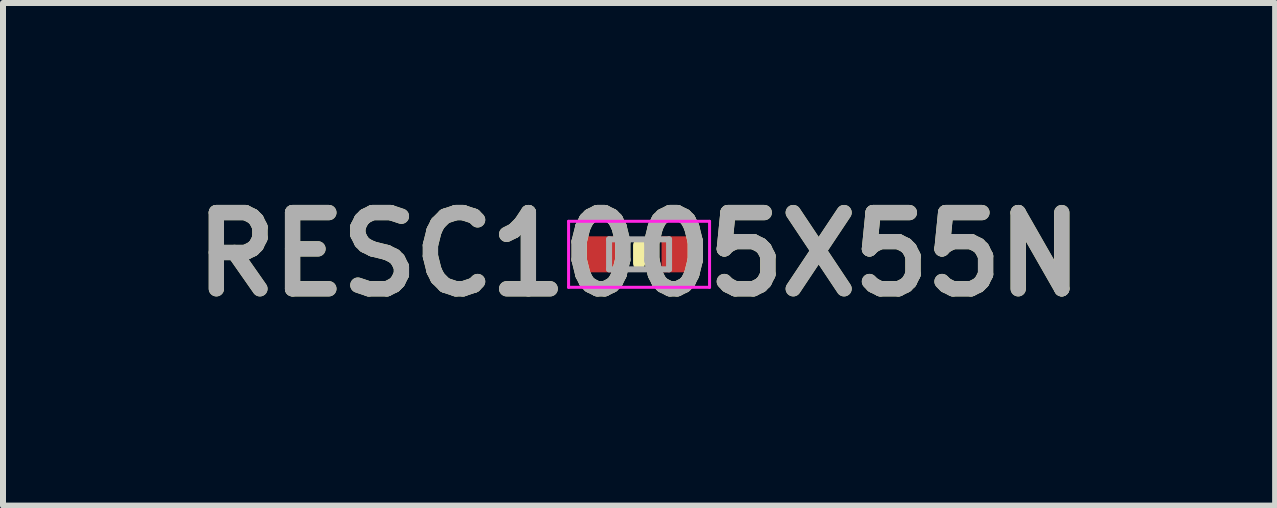
<source format=kicad_pcb>
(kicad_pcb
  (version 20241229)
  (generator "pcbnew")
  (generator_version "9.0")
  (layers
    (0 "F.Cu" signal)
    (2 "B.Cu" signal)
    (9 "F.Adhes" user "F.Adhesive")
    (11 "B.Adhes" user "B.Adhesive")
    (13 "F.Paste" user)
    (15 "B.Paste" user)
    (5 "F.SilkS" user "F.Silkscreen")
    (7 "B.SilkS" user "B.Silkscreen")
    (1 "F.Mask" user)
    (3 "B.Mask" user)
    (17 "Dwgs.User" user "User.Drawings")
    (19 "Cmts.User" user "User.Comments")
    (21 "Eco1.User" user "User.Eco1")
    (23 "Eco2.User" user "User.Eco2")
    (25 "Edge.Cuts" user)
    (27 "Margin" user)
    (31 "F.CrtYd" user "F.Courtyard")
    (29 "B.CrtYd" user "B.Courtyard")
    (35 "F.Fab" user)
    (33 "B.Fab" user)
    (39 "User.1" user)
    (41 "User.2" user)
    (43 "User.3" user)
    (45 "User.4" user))
  (footprint "RESC1005X55N"
    (layer "F.Cu")
    (at 7.602 1.189)
    (property "Reference" "RESC1005X55N" (at 0 0 0) (layer "F.SilkS") (effects (font (size 1.27 1.27) (thickness 0.254))))
    (attr smd)
    (fp_line (start 0 -0.15) (end 0 0.15) (stroke (width 0.2) (type solid)) (layer "F.SilkS"))
    (fp_line (start -1.175 -0.55) (end 1.175 -0.55) (stroke (width 0.05) (type solid)) (layer "F.CrtYd"))
    (fp_line (start -1.175 0.55) (end -1.175 -0.55) (stroke (width 0.05) (type solid)) (layer "F.CrtYd"))
    (fp_line (start 1.175 -0.55) (end 1.175 0.55) (stroke (width 0.05) (type solid)) (layer "F.CrtYd"))
    (fp_line (start 1.175 0.55) (end -1.175 0.55) (stroke (width 0.05) (type solid)) (layer "F.CrtYd"))
    (fp_line (start -0.5 -0.25) (end 0.5 -0.25) (stroke (width 0.1) (type solid)) (layer "F.Fab"))
    (fp_line (start -0.5 0.25) (end -0.5 -0.25) (stroke (width 0.1) (type solid)) (layer "F.Fab"))
    (fp_line (start 0.5 -0.25) (end 0.5 0.25) (stroke (width 0.1) (type solid)) (layer "F.Fab"))
    (fp_line (start 0.5 0.25) (end -0.5 0.25) (stroke (width 0.1) (type solid)) (layer "F.Fab"))
    (fp_text user "${REFERENCE}" (at 0 0 0) (layer "F.Fab") (effects (font (size 1.27 1.27) (thickness 0.254))))
    (pad "1" smd rect (at -0.65 0) (size 0.55 0.6) (layers "F.Cu" "F.Mask" "F.Paste"))
    (pad "2" smd rect (at 0.65 0) (size 0.55 0.6) (layers "F.Cu" "F.Mask" "F.Paste")))
  (gr_rect
    (start -3 -3)
    (end 18.204 5.377)
    (stroke (width 0.1) (type default))
    (fill no)
    (layer "Edge.Cuts")))
</source>
